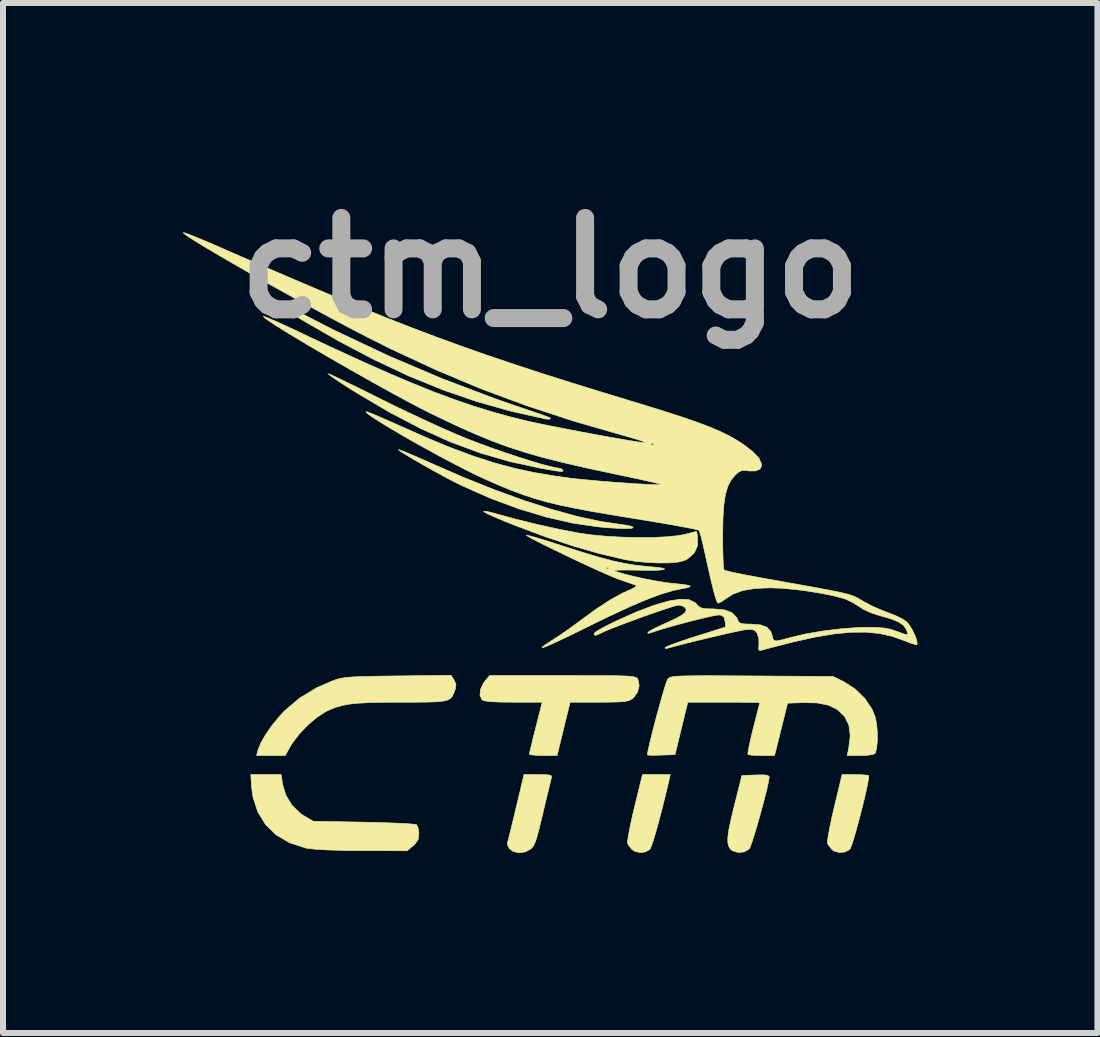
<source format=kicad_pcb>
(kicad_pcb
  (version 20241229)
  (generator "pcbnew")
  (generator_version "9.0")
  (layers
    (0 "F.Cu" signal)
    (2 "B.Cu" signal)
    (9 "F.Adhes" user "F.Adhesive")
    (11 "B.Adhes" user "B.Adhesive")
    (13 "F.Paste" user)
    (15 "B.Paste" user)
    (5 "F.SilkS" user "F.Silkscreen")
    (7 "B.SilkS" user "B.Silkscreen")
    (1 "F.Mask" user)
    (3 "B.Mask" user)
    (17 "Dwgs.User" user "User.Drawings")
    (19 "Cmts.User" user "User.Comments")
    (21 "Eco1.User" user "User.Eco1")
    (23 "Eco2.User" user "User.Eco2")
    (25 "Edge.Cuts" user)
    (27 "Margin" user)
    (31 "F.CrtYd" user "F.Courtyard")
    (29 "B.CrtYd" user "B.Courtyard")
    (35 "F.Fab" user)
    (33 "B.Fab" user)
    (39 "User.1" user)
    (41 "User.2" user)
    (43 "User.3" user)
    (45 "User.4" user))
  (footprint "ctm_logo"
    (layer "F.Cu")
    (at 6.124 6.498)
    (property "Reference" "ctm_logo" (at 0 -5.08 0) (layer "F.Fab") (effects (font (size 1.524 1.524) (thickness 0.3))))
    (attr through_hole)
    (fp_poly (pts (xy 1.981 3.453) (xy 1.923 3.699) (xy 1.865 3.932) (xy 1.81 4.144) (xy 1.759 4.327) (xy 1.715 4.471) (xy 1.681 4.569) (xy 1.66 4.612) (xy 1.592 4.652) (xy 1.508 4.667) (xy 1.419 4.65) (xy 1.359 4.612) (xy 1.311 4.55) (xy 1.289 4.516) (xy 1.289 4.474) (xy 1.303 4.381) (xy 1.328 4.247) (xy 1.363 4.084) (xy 1.401 3.921) (xy 1.537 3.365) (xy 2.001 3.365) (xy 1.981 3.453)) (stroke (width 0.01) (type solid)) (fill yes) (layer "F.SilkS"))
    (fp_poly (pts (xy 3.621 3.378) (xy 3.649 3.396) (xy 3.65 3.404) (xy 3.641 3.469) (xy 3.618 3.579) (xy 3.583 3.722) (xy 3.54 3.885) (xy 3.493 4.056) (xy 3.446 4.223) (xy 3.4 4.374) (xy 3.361 4.497) (xy 3.33 4.579) (xy 3.316 4.606) (xy 3.235 4.655) (xy 3.133 4.665) (xy 3.038 4.636) (xy 3.005 4.609) (xy 2.975 4.563) (xy 2.96 4.5) (xy 2.96 4.413) (xy 2.976 4.292) (xy 3.009 4.13) (xy 3.06 3.918) (xy 3.075 3.858) (xy 3.195 3.381) (xy 3.423 3.372) (xy 3.549 3.37) (xy 3.621 3.378)) (stroke (width 0.01) (type solid)) (fill yes) (layer "F.SilkS"))
    (fp_poly (pts (xy 5.188 3.368) (xy 5.271 3.374) (xy 5.308 3.382) (xy 5.308 3.419) (xy 5.294 3.506) (xy 5.268 3.63) (xy 5.233 3.781) (xy 5.192 3.947) (xy 5.148 4.116) (xy 5.104 4.278) (xy 5.064 4.419) (xy 5.029 4.529) (xy 5.003 4.597) (xy 4.994 4.611) (xy 4.918 4.655) (xy 4.819 4.665) (xy 4.729 4.64) (xy 4.693 4.612) (xy 4.644 4.549) (xy 4.622 4.516) (xy 4.622 4.473) (xy 4.635 4.38) (xy 4.66 4.246) (xy 4.694 4.082) (xy 4.732 3.92) (xy 4.865 3.365) (xy 5.078 3.365) (xy 5.188 3.368)) (stroke (width 0.01) (type solid)) (fill yes) (layer "F.SilkS"))
    (fp_poly (pts (xy -4.756 -4.633) (xy -4.665 -4.588) (xy -4.572 -4.54) (xy -3.62 -4.051) (xy -2.696 -3.615) (xy -1.795 -3.232) (xy -0.913 -2.898) (xy -0.589 -2.786) (xy -0.409 -2.725) (xy -0.252 -2.672) (xy -0.125 -2.628) (xy -0.039 -2.597) (xy -0.003 -2.583) (xy -0.003 -2.583) (xy -0.000482 -2.563) (xy -0.045 -2.559) (xy -0.079 -2.564) (xy -0.658 -2.693) (xy -1.223 -2.852) (xy -1.785 -3.046) (xy -2.351 -3.276) (xy -2.93 -3.548) (xy -3.53 -3.864) (xy -4.144 -4.218) (xy -4.347 -4.342) (xy -4.517 -4.447) (xy -4.649 -4.532) (xy -4.741 -4.595) (xy -4.792 -4.634) (xy -4.798 -4.647) (xy -4.756 -4.633)) (stroke (width 0.01) (type solid)) (fill yes) (layer "F.SilkS"))
    (fp_poly (pts (xy -0.08 3.367) (xy -0.011 3.374) (xy 0.019 3.388) (xy 0.021 3.414) (xy 0.019 3.421) (xy 0.006 3.472) (xy -0.018 3.571) (xy -0.051 3.705) (xy -0.088 3.86) (xy -0.095 3.889) (xy -0.146 4.105) (xy -0.186 4.267) (xy -0.217 4.386) (xy -0.242 4.468) (xy -0.264 4.524) (xy -0.286 4.562) (xy -0.311 4.591) (xy -0.325 4.604) (xy -0.415 4.654) (xy -0.521 4.669) (xy -0.619 4.647) (xy -0.68 4.599) (xy -0.712 4.541) (xy -0.717 4.511) (xy -0.706 4.476) (xy -0.684 4.389) (xy -0.652 4.26) (xy -0.613 4.1) (xy -0.572 3.929) (xy -0.438 3.365) (xy -0.201 3.365) (xy -0.08 3.367)) (stroke (width 0.01) (type solid)) (fill yes) (layer "F.SilkS"))
    (fp_poly (pts (xy -4.465 3.519) (xy -4.409 3.708) (xy -4.303 3.882) (xy -4.156 4.021) (xy -4.106 4.053) (xy -3.953 4.143) (xy -3.111 4.159) (xy -2.885 4.164) (xy -2.679 4.171) (xy -2.502 4.178) (xy -2.362 4.186) (xy -2.268 4.194) (xy -2.23 4.201) (xy -2.205 4.247) (xy -2.191 4.328) (xy -2.191 4.349) (xy -2.203 4.446) (xy -2.252 4.52) (xy -2.288 4.553) (xy -2.386 4.636) (xy -3.138 4.633) (xy -3.459 4.63) (xy -3.72 4.622) (xy -3.92 4.61) (xy -4.058 4.593) (xy -4.083 4.588) (xy -4.347 4.502) (xy -4.57 4.371) (xy -4.748 4.197) (xy -4.878 3.984) (xy -4.957 3.738) (xy -4.978 3.583) (xy -4.993 3.365) (xy -4.485 3.365) (xy -4.465 3.519)) (stroke (width 0.01) (type solid)) (fill yes) (layer "F.SilkS"))
    (fp_poly (pts (xy -2.499 -2.043) (xy -2.419 -2.012) (xy -2.299 -1.962) (xy -2.149 -1.897) (xy -1.978 -1.821) (xy -1.965 -1.815) (xy -1.439 -1.586) (xy -0.928 -1.382) (xy -0.439 -1.204) (xy 0.024 -1.056) (xy 0.452 -0.938) (xy 0.841 -0.854) (xy 1.168 -0.806) (xy 1.274 -0.791) (xy 1.353 -0.773) (xy 1.384 -0.758) (xy 1.365 -0.742) (xy 1.289 -0.736) (xy 1.161 -0.738) (xy 0.986 -0.748) (xy 0.795 -0.765) (xy 0.381 -0.825) (xy -0.065 -0.927) (xy -0.527 -1.066) (xy -0.994 -1.239) (xy -1.452 -1.442) (xy -1.572 -1.5) (xy -1.695 -1.564) (xy -1.836 -1.64) (xy -1.987 -1.723) (xy -2.137 -1.808) (xy -2.276 -1.888) (xy -2.393 -1.958) (xy -2.48 -2.012) (xy -2.526 -2.045) (xy -2.531 -2.052) (xy -2.499 -2.043)) (stroke (width 0.01) (type solid)) (fill yes) (layer "F.SilkS"))
    (fp_poly (pts (xy -1.01 -1.011) (xy -0.907 -0.984) (xy -0.897 -0.981) (xy -0.569 -0.891) (xy -0.209 -0.803) (xy 0.152 -0.723) (xy 0.468 -0.662) (xy 0.685 -0.631) (xy 0.932 -0.608) (xy 1.195 -0.593) (xy 1.46 -0.587) (xy 1.713 -0.588) (xy 1.942 -0.599) (xy 2.132 -0.618) (xy 2.243 -0.639) (xy 2.439 -0.689) (xy 2.456 -0.603) (xy 2.457 -0.455) (xy 2.401 -0.329) (xy 2.29 -0.231) (xy 2.231 -0.202) (xy 2.131 -0.177) (xy 1.984 -0.164) (xy 1.806 -0.162) (xy 1.612 -0.171) (xy 1.418 -0.19) (xy 1.24 -0.22) (xy 1.238 -0.22) (xy 0.819 -0.319) (xy 0.391 -0.442) (xy -0.059 -0.591) (xy -0.544 -0.772) (xy -0.738 -0.849) (xy -0.879 -0.908) (xy -0.995 -0.959) (xy -1.076 -0.998) (xy -1.111 -1.02) (xy -1.111 -1.022) (xy -1.084 -1.024) (xy -1.01 -1.011)) (stroke (width 0.01) (type solid)) (fill yes) (layer "F.SilkS"))
    (fp_poly (pts (xy -3.677 -3.309) (xy -3.597 -3.273) (xy -3.475 -3.215) (xy -3.317 -3.138) (xy -3.129 -3.046) (xy -2.92 -2.942) (xy -2.824 -2.894) (xy -2.572 -2.769) (xy -2.304 -2.642) (xy -2.037 -2.517) (xy -1.784 -2.402) (xy -1.559 -2.304) (xy -1.381 -2.23) (xy -1.18 -2.154) (xy -0.965 -2.075) (xy -0.743 -1.998) (xy -0.526 -1.926) (xy -0.324 -1.862) (xy -0.146 -1.809) (xy -0.002 -1.771) (xy 0.098 -1.749) (xy 0.13 -1.746) (xy 0.189 -1.731) (xy 0.206 -1.714) (xy 0.213 -1.698) (xy 0.203 -1.689) (xy 0.167 -1.689) (xy 0.095 -1.698) (xy -0.023 -1.718) (xy -0.175 -1.745) (xy -0.676 -1.853) (xy -1.17 -1.997) (xy -1.664 -2.18) (xy -2.166 -2.406) (xy -2.685 -2.678) (xy -3.228 -2.999) (xy -3.344 -3.071) (xy -3.478 -3.158) (xy -3.589 -3.231) (xy -3.668 -3.287) (xy -3.705 -3.317) (xy -3.707 -3.32) (xy -3.677 -3.309)) (stroke (width 0.01) (type solid)) (fill yes) (layer "F.SilkS"))
    (fp_poly (pts (xy 0.518 1.715) (xy 0.771 1.715) (xy 0.972 1.716) (xy 1.128 1.718) (xy 1.245 1.722) (xy 1.329 1.727) (xy 1.386 1.734) (xy 1.422 1.744) (xy 1.444 1.756) (xy 1.456 1.77) (xy 1.461 1.78) (xy 1.482 1.88) (xy 1.456 1.989) (xy 1.389 2.083) (xy 1.374 2.095) (xy 1.337 2.12) (xy 1.292 2.137) (xy 1.228 2.149) (xy 1.133 2.155) (xy 0.997 2.158) (xy 0.812 2.159) (xy 0.33 2.159) (xy 0.222 2.603) (xy 0.114 3.048) (xy -0.117 3.048) (xy -0.229 3.045) (xy -0.312 3.037) (xy -0.348 3.026) (xy -0.349 3.024) (xy -0.341 2.986) (xy -0.32 2.899) (xy -0.29 2.774) (xy -0.252 2.623) (xy -0.241 2.58) (xy -0.134 2.159) (xy -0.616 2.159) (xy -0.833 2.157) (xy -0.99 2.15) (xy -1.089 2.138) (xy -1.136 2.121) (xy -1.137 2.121) (xy -1.172 2.045) (xy -1.163 1.945) (xy -1.114 1.841) (xy -1.093 1.812) (xy -1.01 1.714) (xy 0.208 1.714) (xy 0.518 1.715)) (stroke (width 0.01) (type solid)) (fill yes) (layer "F.SilkS"))
    (fp_poly (pts (xy -1.605 1.787) (xy -1.572 1.861) (xy -1.583 1.939) (xy -1.589 1.956) (xy -1.613 2.018) (xy -1.637 2.065) (xy -1.67 2.101) (xy -1.719 2.126) (xy -1.793 2.142) (xy -1.898 2.152) (xy -2.043 2.157) (xy -2.236 2.159) (xy -2.484 2.159) (xy -2.491 2.159) (xy -2.775 2.16) (xy -3.005 2.165) (xy -3.191 2.175) (xy -3.342 2.19) (xy -3.467 2.213) (xy -3.575 2.244) (xy -3.677 2.284) (xy -3.753 2.321) (xy -3.894 2.413) (xy -4.045 2.542) (xy -4.187 2.691) (xy -4.3 2.84) (xy -4.325 2.881) (xy -4.419 3.048) (xy -4.896 3.048) (xy -4.875 2.961) (xy -4.828 2.843) (xy -4.745 2.698) (xy -4.636 2.542) (xy -4.512 2.391) (xy -4.429 2.302) (xy -4.178 2.09) (xy -3.897 1.919) (xy -3.659 1.815) (xy -3.594 1.79) (xy -3.535 1.771) (xy -3.472 1.757) (xy -3.396 1.746) (xy -3.3 1.738) (xy -3.175 1.732) (xy -3.011 1.728) (xy -2.801 1.724) (xy -2.55 1.721) (xy -1.655 1.71) (xy -1.605 1.787)) (stroke (width 0.01) (type solid)) (fill yes) (layer "F.SilkS"))
    (fp_poly (pts (xy 2.859 1.718) (xy 3.151 1.72) (xy 3.364 1.721) (xy 4.715 1.73) (xy 4.896 1.819) (xy 5.084 1.94) (xy 5.245 2.097) (xy 5.365 2.277) (xy 5.417 2.406) (xy 5.441 2.525) (xy 5.453 2.665) (xy 5.453 2.806) (xy 5.441 2.927) (xy 5.418 3.008) (xy 5.415 3.013) (xy 5.374 3.031) (xy 5.284 3.044) (xy 5.172 3.048) (xy 4.95 3.048) (xy 4.975 2.929) (xy 5.001 2.715) (xy 4.978 2.539) (xy 4.906 2.397) (xy 4.899 2.388) (xy 4.782 2.279) (xy 4.636 2.208) (xy 4.45 2.171) (xy 4.228 2.166) (xy 3.956 2.175) (xy 3.848 2.611) (xy 3.739 3.048) (xy 3.526 3.048) (xy 3.416 3.046) (xy 3.333 3.039) (xy 3.295 3.031) (xy 3.296 2.995) (xy 3.311 2.91) (xy 3.338 2.787) (xy 3.373 2.638) (xy 3.385 2.594) (xy 3.423 2.441) (xy 3.456 2.311) (xy 3.48 2.217) (xy 3.491 2.17) (xy 3.492 2.167) (xy 3.462 2.164) (xy 3.378 2.162) (xy 3.251 2.161) (xy 3.089 2.159) (xy 2.903 2.159) (xy 2.893 2.159) (xy 2.293 2.159) (xy 2.186 2.596) (xy 2.08 3.032) (xy 1.849 3.041) (xy 1.738 3.044) (xy 1.656 3.043) (xy 1.62 3.038) (xy 1.619 3.037) (xy 1.627 2.98) (xy 1.65 2.877) (xy 1.683 2.739) (xy 1.724 2.577) (xy 1.769 2.404) (xy 1.816 2.231) (xy 1.862 2.07) (xy 1.902 1.932) (xy 1.935 1.83) (xy 1.957 1.775) (xy 1.96 1.77) (xy 1.976 1.756) (xy 1.999 1.744) (xy 2.035 1.735) (xy 2.091 1.728) (xy 2.171 1.723) (xy 2.283 1.72) (xy 2.43 1.718) (xy 2.621 1.717) (xy 2.859 1.718)) (stroke (width 0.01) (type solid)) (fill yes) (layer "F.SilkS"))
    (fp_poly (pts (xy -0.367 -0.621) (xy -0.283 -0.599) (xy -0.157 -0.561) (xy 0.002 -0.512) (xy 0.185 -0.453) (xy 0.243 -0.434) (xy 0.554 -0.335) (xy 0.817 -0.257) (xy 1.042 -0.197) (xy 1.241 -0.154) (xy 1.424 -0.124) (xy 1.602 -0.106) (xy 1.619 -0.104) (xy 1.775 -0.09) (xy 1.871 -0.076) (xy 1.907 -0.063) (xy 1.888 -0.051) (xy 1.814 -0.043) (xy 1.69 -0.039) (xy 1.517 -0.041) (xy 1.477 -0.042) (xy 1.282 -0.045) (xy 1.15 -0.044) (xy 1.08 -0.039) (xy 1.073 -0.028) (xy 1.08 -0.025) (xy 1.208 0.015) (xy 1.263 0.029) (xy 1.38 0.059) (xy 1.573 0.102) (xy 1.769 0.139) (xy 1.946 0.167) (xy 2.057 0.18) (xy 2.179 0.192) (xy 2.275 0.205) (xy 2.328 0.219) (xy 2.334 0.223) (xy 2.314 0.24) (xy 2.249 0.258) (xy 2.203 0.265) (xy 2.039 0.299) (xy 1.84 0.359) (xy 1.603 0.448) (xy 1.323 0.568) (xy 0.997 0.719) (xy 0.714 0.856) (xy 0.435 0.994) (xy 0.211 1.102) (xy 0.042 1.181) (xy -0.072 1.231) (xy -0.132 1.251) (xy -0.138 1.243) (xy -0.092 1.207) (xy 0.008 1.142) (xy 0.021 1.134) (xy 0.155 1.046) (xy 0.311 0.938) (xy 0.46 0.83) (xy 0.497 0.802) (xy 0.769 0.603) (xy 1.005 0.45) (xy 1.209 0.338) (xy 1.301 0.297) (xy 1.393 0.255) (xy 1.434 0.223) (xy 1.428 0.209) (xy 1.377 0.191) (xy 1.284 0.159) (xy 1.168 0.118) (xy 1.143 0.11) (xy 1.058 0.076) (xy 0.935 0.024) (xy 0.784 -0.043) (xy 0.694 -0.085) (xy 0.931 -0.085) (xy 0.936 -0.066) (xy 0.953 -0.064) (xy 0.979 -0.075) (xy 0.974 -0.085) (xy 0.936 -0.088) (xy 0.931 -0.085) (xy 0.694 -0.085) (xy 0.614 -0.121) (xy 0.432 -0.206) (xy 0.249 -0.293) (xy 0.073 -0.378) (xy -0.088 -0.457) (xy -0.224 -0.526) (xy -0.327 -0.58) (xy -0.387 -0.615) (xy -0.399 -0.627) (xy -0.367 -0.621)) (stroke (width 0.01) (type solid)) (fill yes) (layer "F.SilkS"))
    (fp_poly (pts (xy -6.086 -5.663) (xy -6.005 -5.633) (xy -5.882 -5.584) (xy -5.727 -5.519) (xy -5.547 -5.442) (xy -5.449 -5.399) (xy -4.833 -5.13) (xy -4.266 -4.886) (xy -3.741 -4.663) (xy -3.251 -4.46) (xy -2.787 -4.272) (xy -2.343 -4.097) (xy -1.91 -3.933) (xy -1.48 -3.776) (xy -1.047 -3.624) (xy -0.603 -3.474) (xy -0.139 -3.322) (xy 0.351 -3.167) (xy 0.876 -3.005) (xy 1.318 -2.87) (xy 1.685 -2.758) (xy 1.998 -2.66) (xy 2.263 -2.573) (xy 2.486 -2.495) (xy 2.674 -2.423) (xy 2.833 -2.355) (xy 2.97 -2.288) (xy 3.092 -2.22) (xy 3.204 -2.148) (xy 3.24 -2.124) (xy 3.388 -2.008) (xy 3.48 -1.907) (xy 3.521 -1.815) (xy 3.524 -1.783) (xy 3.496 -1.727) (xy 3.422 -1.697) (xy 3.313 -1.696) (xy 3.275 -1.703) (xy 3.2 -1.706) (xy 3.136 -1.675) (xy 3.083 -1.628) (xy 3.013 -1.542) (xy 2.959 -1.437) (xy 2.92 -1.305) (xy 2.894 -1.136) (xy 2.88 -0.923) (xy 2.874 -0.657) (xy 2.874 -0.614) (xy 2.875 -0.434) (xy 2.879 -0.276) (xy 2.884 -0.151) (xy 2.891 -0.07) (xy 2.898 -0.044) (xy 2.935 -0.032) (xy 3.026 -0.01) (xy 3.16 0.018) (xy 3.328 0.051) (xy 3.521 0.087) (xy 3.596 0.1) (xy 3.929 0.16) (xy 4.206 0.209) (xy 4.432 0.25) (xy 4.614 0.284) (xy 4.758 0.312) (xy 4.87 0.336) (xy 4.955 0.357) (xy 5.021 0.377) (xy 5.073 0.397) (xy 5.118 0.418) (xy 5.16 0.443) (xy 5.208 0.471) (xy 5.214 0.475) (xy 5.355 0.55) (xy 5.515 0.622) (xy 5.629 0.665) (xy 5.752 0.713) (xy 5.864 0.767) (xy 5.935 0.813) (xy 5.986 0.872) (xy 6.038 0.958) (xy 6.083 1.053) (xy 6.112 1.137) (xy 6.117 1.192) (xy 6.113 1.2) (xy 6.079 1.196) (xy 6.003 1.172) (xy 5.901 1.132) (xy 5.899 1.131) (xy 5.699 1.06) (xy 5.49 1.014) (xy 5.263 0.991) (xy 5.013 0.993) (xy 4.734 1.02) (xy 4.417 1.073) (xy 4.059 1.152) (xy 3.65 1.257) (xy 3.534 1.289) (xy 3.487 1.296) (xy 3.473 1.27) (xy 3.479 1.202) (xy 3.477 1.102) (xy 3.452 1.016) (xy 3.413 0.964) (xy 3.357 0.944) (xy 3.284 0.946) (xy 3.223 0.955) (xy 3.112 0.978) (xy 2.964 1.01) (xy 2.791 1.05) (xy 2.604 1.094) (xy 2.417 1.139) (xy 2.241 1.183) (xy 2.088 1.223) (xy 1.97 1.255) (xy 1.957 1.259) (xy 1.916 1.262) (xy 1.915 1.247) (xy 1.95 1.228) (xy 2.036 1.194) (xy 2.16 1.15) (xy 2.314 1.098) (xy 2.429 1.061) (xy 2.924 0.905) (xy 2.914 0.81) (xy 2.896 0.739) (xy 2.847 0.709) (xy 2.817 0.704) (xy 2.765 0.71) (xy 2.663 0.73) (xy 2.526 0.762) (xy 2.366 0.802) (xy 2.195 0.847) (xy 2.026 0.893) (xy 1.871 0.938) (xy 1.743 0.978) (xy 1.669 1.004) (xy 1.627 1.011) (xy 1.629 0.994) (xy 1.665 0.968) (xy 1.746 0.925) (xy 1.858 0.871) (xy 1.928 0.84) (xy 2.089 0.766) (xy 2.195 0.707) (xy 2.253 0.659) (xy 2.267 0.617) (xy 2.25 0.582) (xy 2.192 0.549) (xy 2.139 0.54) (xy 2.089 0.551) (xy 1.991 0.58) (xy 1.856 0.625) (xy 1.697 0.68) (xy 1.523 0.741) (xy 1.347 0.806) (xy 1.181 0.868) (xy 1.034 0.925) (xy 0.919 0.972) (xy 0.851 1.004) (xy 0.775 1.039) (xy 0.74 1.043) (xy 0.73 1.017) (xy 0.73 1.014) (xy 0.757 0.988) (xy 0.831 0.942) (xy 0.941 0.883) (xy 1.075 0.816) (xy 1.087 0.811) (xy 1.429 0.657) (xy 1.723 0.545) (xy 1.968 0.473) (xy 2.166 0.442) (xy 2.315 0.451) (xy 2.418 0.501) (xy 2.439 0.524) (xy 2.479 0.566) (xy 2.528 0.59) (xy 2.603 0.601) (xy 2.723 0.603) (xy 2.902 0.619) (xy 3.029 0.666) (xy 3.108 0.748) (xy 3.128 0.795) (xy 3.148 0.83) (xy 3.191 0.849) (xy 3.271 0.856) (xy 3.345 0.857) (xy 3.503 0.869) (xy 3.61 0.908) (xy 3.675 0.979) (xy 3.699 1.048) (xy 3.712 1.1) (xy 3.731 1.129) (xy 3.769 1.137) (xy 3.839 1.125) (xy 3.954 1.095) (xy 4.002 1.081) (xy 4.258 1.021) (xy 4.55 0.971) (xy 4.853 0.934) (xy 5.14 0.913) (xy 5.271 0.91) (xy 5.443 0.912) (xy 5.571 0.923) (xy 5.675 0.943) (xy 5.774 0.977) (xy 5.777 0.978) (xy 5.871 1.013) (xy 5.938 1.033) (xy 5.96 1.035) (xy 5.957 1.002) (xy 5.934 0.942) (xy 5.887 0.876) (xy 5.804 0.82) (xy 5.677 0.768) (xy 5.496 0.716) (xy 5.484 0.713) (xy 5.343 0.667) (xy 5.218 0.609) (xy 5.157 0.569) (xy 5.053 0.503) (xy 4.932 0.444) (xy 4.895 0.431) (xy 4.737 0.388) (xy 4.535 0.347) (xy 4.307 0.309) (xy 4.074 0.279) (xy 3.854 0.259) (xy 3.667 0.252) (xy 3.416 0.262) (xy 3.214 0.296) (xy 3.051 0.355) (xy 2.938 0.426) (xy 2.864 0.477) (xy 2.809 0.506) (xy 2.799 0.508) (xy 2.783 0.492) (xy 2.763 0.441) (xy 2.736 0.35) (xy 2.701 0.214) (xy 2.657 0.028) (xy 2.603 -0.213) (xy 2.566 -0.381) (xy 2.536 -0.513) (xy 2.508 -0.622) (xy 2.486 -0.691) (xy 2.477 -0.708) (xy 2.441 -0.719) (xy 2.35 -0.739) (xy 2.211 -0.765) (xy 2.031 -0.798) (xy 1.819 -0.834) (xy 1.58 -0.874) (xy 1.389 -0.905) (xy 1.01 -0.967) (xy 0.684 -1.023) (xy 0.403 -1.076) (xy 0.158 -1.127) (xy -0.059 -1.18) (xy -0.258 -1.236) (xy -0.448 -1.299) (xy -0.638 -1.369) (xy -0.837 -1.45) (xy -1.053 -1.545) (xy -1.11 -1.571) (xy -1.268 -1.645) (xy -1.45 -1.736) (xy -1.649 -1.839) (xy -1.86 -1.951) (xy -2.073 -2.068) (xy -2.283 -2.185) (xy -2.482 -2.299) (xy -2.664 -2.406) (xy -2.82 -2.501) (xy -2.945 -2.581) (xy -3.031 -2.641) (xy -3.071 -2.678) (xy -3.072 -2.686) (xy -3.04 -2.677) (xy -2.96 -2.646) (xy -2.839 -2.595) (xy -2.688 -2.529) (xy -2.514 -2.452) (xy -2.472 -2.433) (xy -2.037 -2.24) (xy -1.644 -2.078) (xy -1.282 -1.944) (xy -0.94 -1.833) (xy -0.606 -1.743) (xy -0.269 -1.67) (xy 0.083 -1.611) (xy 0.349 -1.574) (xy 0.488 -1.559) (xy 0.657 -1.543) (xy 0.845 -1.526) (xy 1.044 -1.51) (xy 1.242 -1.496) (xy 1.429 -1.483) (xy 1.594 -1.474) (xy 1.728 -1.468) (xy 1.82 -1.466) (xy 1.86 -1.469) (xy 1.861 -1.469) (xy 1.834 -1.478) (xy 1.752 -1.498) (xy 1.624 -1.528) (xy 1.457 -1.565) (xy 1.258 -1.607) (xy 1.036 -1.654) (xy 0.994 -1.663) (xy 0.574 -1.753) (xy 0.206 -1.838) (xy -0.122 -1.921) (xy -0.42 -2.006) (xy -0.7 -2.097) (xy -0.804 -2.135) (xy 1.665 -2.135) (xy 1.696 -2.13) (xy 1.737 -2.136) (xy 1.738 -2.146) (xy 1.695 -2.154) (xy 1.677 -2.149) (xy 1.665 -2.135) (xy -0.804 -2.135) (xy -0.974 -2.198) (xy -1.252 -2.312) (xy -1.546 -2.443) (xy -1.868 -2.596) (xy -2.016 -2.668) (xy -2.182 -2.752) (xy -2.377 -2.855) (xy -2.594 -2.972) (xy -2.828 -3.101) (xy -3.073 -3.238) (xy -3.322 -3.379) (xy -3.57 -3.521) (xy -3.81 -3.66) (xy -4.038 -3.794) (xy -4.245 -3.918) (xy -4.428 -4.029) (xy -4.579 -4.124) (xy -4.693 -4.199) (xy -4.763 -4.25) (xy -4.785 -4.275) (xy -4.784 -4.275) (xy -4.753 -4.266) (xy -4.673 -4.233) (xy -4.551 -4.18) (xy -4.398 -4.11) (xy -4.219 -4.027) (xy -4.108 -3.974) (xy -3.589 -3.73) (xy -3.12 -3.515) (xy -2.694 -3.326) (xy -2.305 -3.161) (xy -1.945 -3.016) (xy -1.61 -2.891) (xy -1.293 -2.782) (xy -0.987 -2.687) (xy -0.686 -2.603) (xy -0.444 -2.543) (xy -0.31 -2.512) (xy -0.14 -2.476) (xy 0.059 -2.436) (xy 0.275 -2.394) (xy 0.501 -2.35) (xy 0.728 -2.308) (xy 0.946 -2.268) (xy 1.146 -2.233) (xy 1.321 -2.203) (xy 1.459 -2.181) (xy 1.554 -2.169) (xy 1.595 -2.167) (xy 1.578 -2.178) (xy 1.51 -2.203) (xy 1.402 -2.236) (xy 1.263 -2.276) (xy 1.234 -2.284) (xy 0.398 -2.525) (xy -0.391 -2.783) (xy -1.15 -3.065) (xy -1.895 -3.377) (xy -2.643 -3.724) (xy -3.064 -3.935) (xy -3.292 -4.053) (xy -3.54 -4.184) (xy -3.803 -4.326) (xy -4.076 -4.474) (xy -4.352 -4.626) (xy -4.627 -4.779) (xy -4.894 -4.929) (xy -5.149 -5.074) (xy -5.386 -5.211) (xy -5.599 -5.335) (xy -5.783 -5.445) (xy -5.932 -5.537) (xy -6.041 -5.607) (xy -6.105 -5.653) (xy -6.119 -5.671) (xy -6.086 -5.663)) (stroke (width 0.01) (type solid)) (fill yes) (layer "F.SilkS")))
  (gr_rect
    (start -3 -3)
    (end 15.246 14.172)
    (stroke (width 0.1) (type default))
    (fill no)
    (layer "Edge.Cuts")))
</source>
